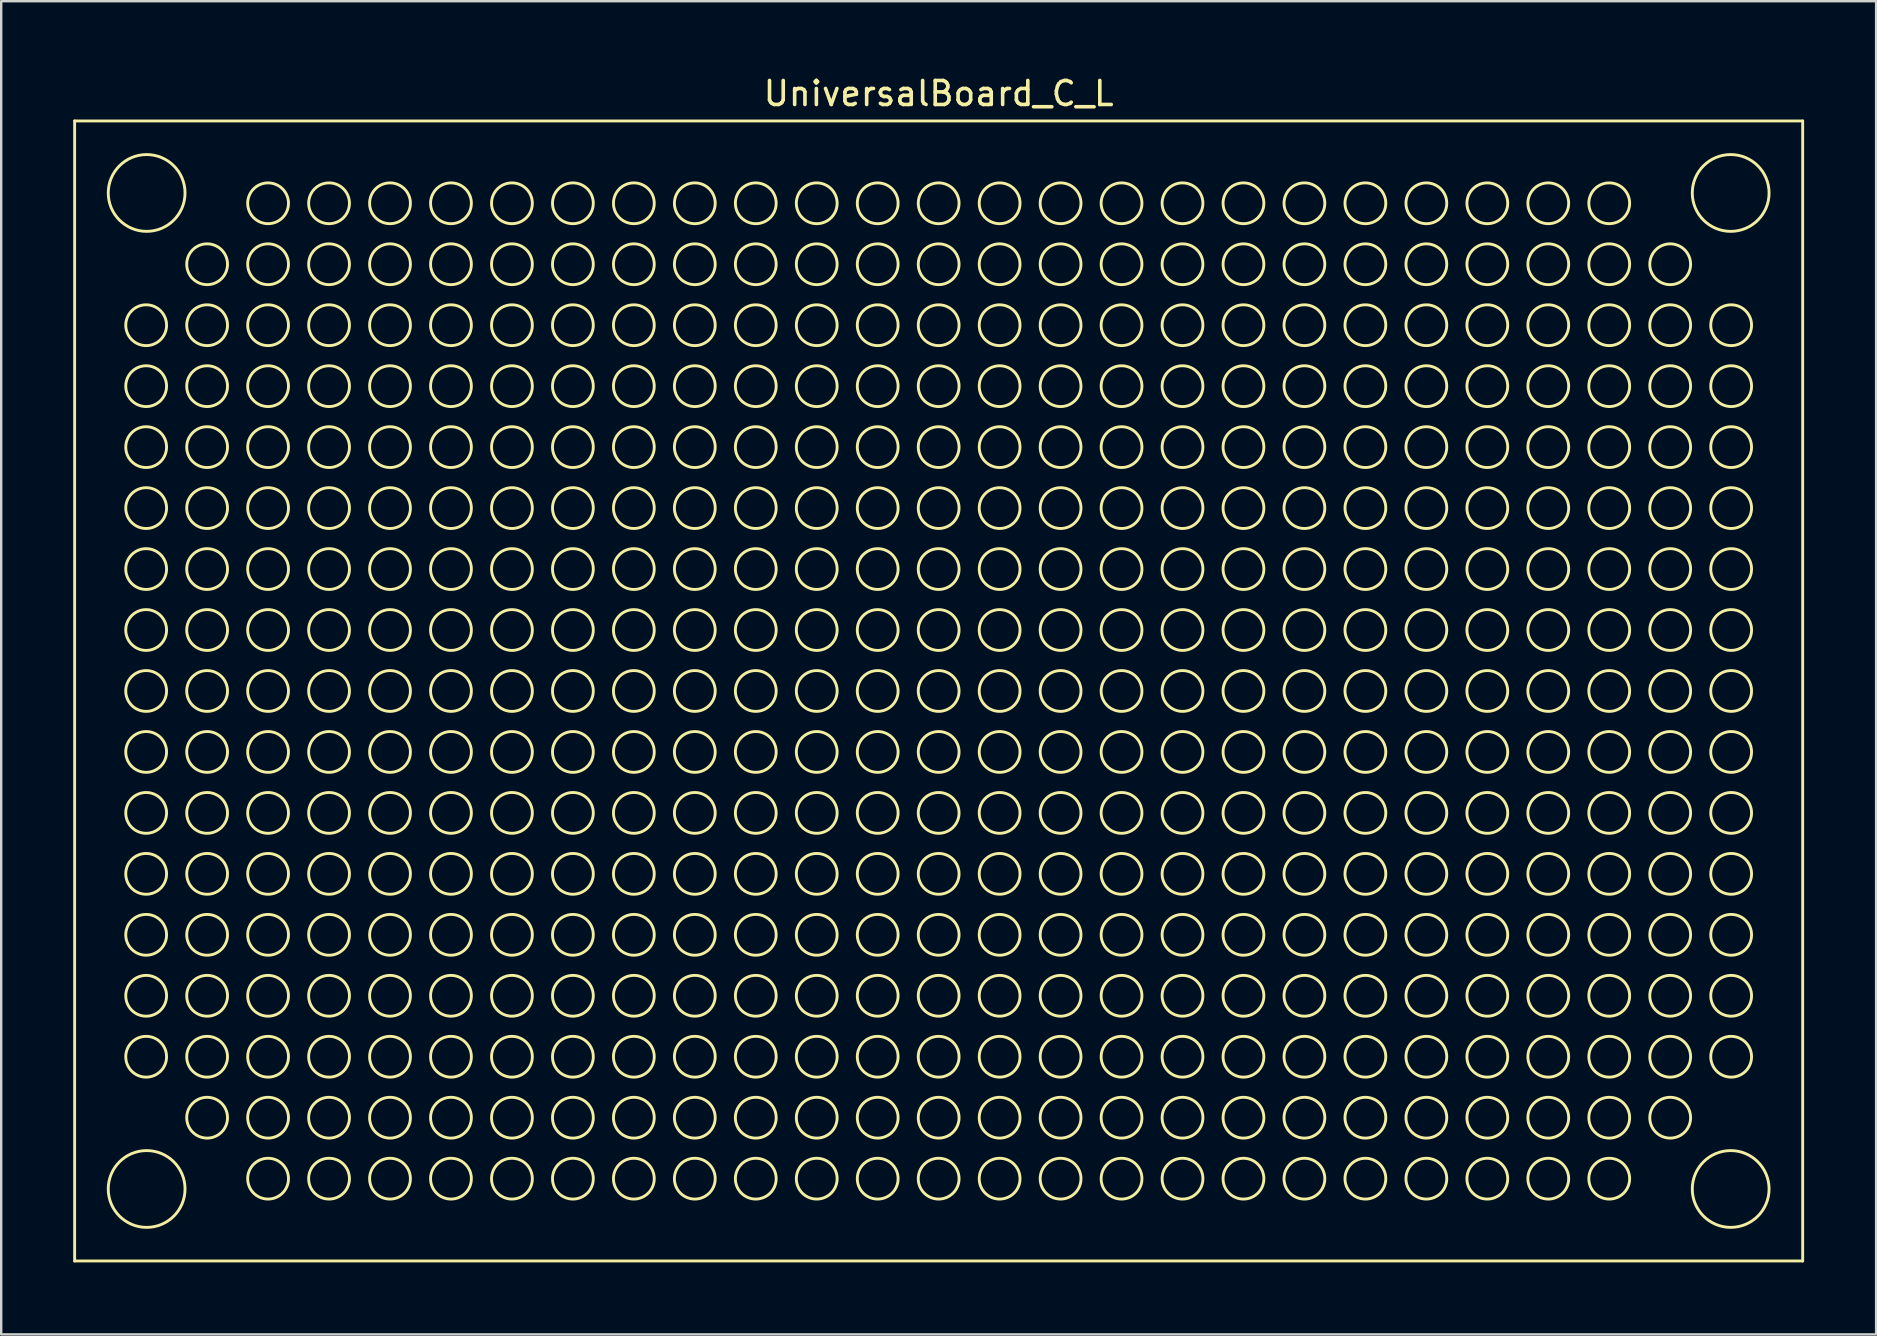
<source format=kicad_pcb>
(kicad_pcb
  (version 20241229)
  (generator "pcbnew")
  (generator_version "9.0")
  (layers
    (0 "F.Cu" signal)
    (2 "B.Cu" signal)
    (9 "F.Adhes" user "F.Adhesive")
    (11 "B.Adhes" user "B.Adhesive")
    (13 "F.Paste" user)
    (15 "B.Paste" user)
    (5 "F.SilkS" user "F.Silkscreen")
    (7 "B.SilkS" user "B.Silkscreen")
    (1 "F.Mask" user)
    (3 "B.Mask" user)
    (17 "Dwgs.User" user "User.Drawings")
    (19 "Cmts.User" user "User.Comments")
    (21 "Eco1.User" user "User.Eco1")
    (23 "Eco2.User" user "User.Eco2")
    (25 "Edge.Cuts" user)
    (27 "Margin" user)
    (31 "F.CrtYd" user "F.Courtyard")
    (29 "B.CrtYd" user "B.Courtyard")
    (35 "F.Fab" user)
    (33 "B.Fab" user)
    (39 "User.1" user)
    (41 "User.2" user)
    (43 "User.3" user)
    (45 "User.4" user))
  (footprint "UniversalBoard_C_L"
    (layer "F.Cu")
    (at 36.06 25.74)
    (property "Reference" "UniversalBoard_C_L" (at 0 -24.892 0) (layer "F.SilkS") (effects (font (size 1 1) (thickness 0.15))))
    (attr through_hole)
    (fp_line (start -36 -23.75) (end -36 23.75) (stroke (width 0.12) (type solid)) (layer "F.SilkS"))
    (fp_line (start -36 -23.75) (end 36 -23.75) (stroke (width 0.12) (type solid)) (layer "F.SilkS"))
    (fp_line (start -36 23.75) (end 36 23.75) (stroke (width 0.12) (type solid)) (layer "F.SilkS"))
    (fp_line (start 36 -23.75) (end 36 23.75) (stroke (width 0.12) (type solid)) (layer "F.SilkS"))
    (fp_circle (center -33.02 -15.24) (end -32.17 -15.24) (stroke (width 0.12) (type solid)) (fill no) (layer "F.SilkS"))
    (fp_circle (center -33.02 -12.7) (end -32.17 -12.7) (stroke (width 0.12) (type solid)) (fill no) (layer "F.SilkS"))
    (fp_circle (center -33.02 -10.16) (end -32.17 -10.16) (stroke (width 0.12) (type solid)) (fill no) (layer "F.SilkS"))
    (fp_circle (center -33.02 -7.62) (end -32.17 -7.62) (stroke (width 0.12) (type solid)) (fill no) (layer "F.SilkS"))
    (fp_circle (center -33.02 -5.08) (end -32.17 -5.08) (stroke (width 0.12) (type solid)) (fill no) (layer "F.SilkS"))
    (fp_circle (center -33.02 -2.54) (end -32.17 -2.54) (stroke (width 0.12) (type solid)) (fill no) (layer "F.SilkS"))
    (fp_circle (center -33.02 0) (end -32.17 0) (stroke (width 0.12) (type solid)) (fill no) (layer "F.SilkS"))
    (fp_circle (center -33.02 2.54) (end -32.17 2.54) (stroke (width 0.12) (type solid)) (fill no) (layer "F.SilkS"))
    (fp_circle (center -33.02 5.08) (end -32.17 5.08) (stroke (width 0.12) (type solid)) (fill no) (layer "F.SilkS"))
    (fp_circle (center -33.02 7.62) (end -32.17 7.62) (stroke (width 0.12) (type solid)) (fill no) (layer "F.SilkS"))
    (fp_circle (center -33.02 10.16) (end -32.17 10.16) (stroke (width 0.12) (type solid)) (fill no) (layer "F.SilkS"))
    (fp_circle (center -33.02 12.7) (end -32.17 12.7) (stroke (width 0.12) (type solid)) (fill no) (layer "F.SilkS"))
    (fp_circle (center -33.02 15.24) (end -32.17 15.24) (stroke (width 0.12) (type solid)) (fill no) (layer "F.SilkS"))
    (fp_circle (center -33 -20.75) (end -31.4 -20.75) (stroke (width 0.12) (type solid)) (fill no) (layer "F.SilkS"))
    (fp_circle (center -33 20.75) (end -31.4 20.75) (stroke (width 0.12) (type solid)) (fill no) (layer "F.SilkS"))
    (fp_circle (center -30.48 -17.78) (end -29.63 -17.78) (stroke (width 0.12) (type solid)) (fill no) (layer "F.SilkS"))
    (fp_circle (center -30.48 -15.24) (end -29.63 -15.24) (stroke (width 0.12) (type solid)) (fill no) (layer "F.SilkS"))
    (fp_circle (center -30.48 -12.7) (end -29.63 -12.7) (stroke (width 0.12) (type solid)) (fill no) (layer "F.SilkS"))
    (fp_circle (center -30.48 -10.16) (end -29.63 -10.16) (stroke (width 0.12) (type solid)) (fill no) (layer "F.SilkS"))
    (fp_circle (center -30.48 -7.62) (end -29.63 -7.62) (stroke (width 0.12) (type solid)) (fill no) (layer "F.SilkS"))
    (fp_circle (center -30.48 -5.08) (end -29.63 -5.08) (stroke (width 0.12) (type solid)) (fill no) (layer "F.SilkS"))
    (fp_circle (center -30.48 -2.54) (end -29.63 -2.54) (stroke (width 0.12) (type solid)) (fill no) (layer "F.SilkS"))
    (fp_circle (center -30.48 0) (end -29.63 0) (stroke (width 0.12) (type solid)) (fill no) (layer "F.SilkS"))
    (fp_circle (center -30.48 2.54) (end -29.63 2.54) (stroke (width 0.12) (type solid)) (fill no) (layer "F.SilkS"))
    (fp_circle (center -30.48 5.08) (end -29.63 5.08) (stroke (width 0.12) (type solid)) (fill no) (layer "F.SilkS"))
    (fp_circle (center -30.48 7.62) (end -29.63 7.62) (stroke (width 0.12) (type solid)) (fill no) (layer "F.SilkS"))
    (fp_circle (center -30.48 10.16) (end -29.63 10.16) (stroke (width 0.12) (type solid)) (fill no) (layer "F.SilkS"))
    (fp_circle (center -30.48 12.7) (end -29.63 12.7) (stroke (width 0.12) (type solid)) (fill no) (layer "F.SilkS"))
    (fp_circle (center -30.48 15.24) (end -29.63 15.24) (stroke (width 0.12) (type solid)) (fill no) (layer "F.SilkS"))
    (fp_circle (center -30.48 17.78) (end -29.63 17.78) (stroke (width 0.12) (type solid)) (fill no) (layer "F.SilkS"))
    (fp_circle (center -27.94 -20.32) (end -27.09 -20.32) (stroke (width 0.12) (type solid)) (fill no) (layer "F.SilkS"))
    (fp_circle (center -27.94 -17.78) (end -27.09 -17.78) (stroke (width 0.12) (type solid)) (fill no) (layer "F.SilkS"))
    (fp_circle (center -27.94 -15.24) (end -27.09 -15.24) (stroke (width 0.12) (type solid)) (fill no) (layer "F.SilkS"))
    (fp_circle (center -27.94 -12.7) (end -27.09 -12.7) (stroke (width 0.12) (type solid)) (fill no) (layer "F.SilkS"))
    (fp_circle (center -27.94 -10.16) (end -27.09 -10.16) (stroke (width 0.12) (type solid)) (fill no) (layer "F.SilkS"))
    (fp_circle (center -27.94 -7.62) (end -27.09 -7.62) (stroke (width 0.12) (type solid)) (fill no) (layer "F.SilkS"))
    (fp_circle (center -27.94 -5.08) (end -27.09 -5.08) (stroke (width 0.12) (type solid)) (fill no) (layer "F.SilkS"))
    (fp_circle (center -27.94 -2.54) (end -27.09 -2.54) (stroke (width 0.12) (type solid)) (fill no) (layer "F.SilkS"))
    (fp_circle (center -27.94 0) (end -27.09 0) (stroke (width 0.12) (type solid)) (fill no) (layer "F.SilkS"))
    (fp_circle (center -27.94 2.54) (end -27.09 2.54) (stroke (width 0.12) (type solid)) (fill no) (layer "F.SilkS"))
    (fp_circle (center -27.94 5.08) (end -27.09 5.08) (stroke (width 0.12) (type solid)) (fill no) (layer "F.SilkS"))
    (fp_circle (center -27.94 7.62) (end -27.09 7.62) (stroke (width 0.12) (type solid)) (fill no) (layer "F.SilkS"))
    (fp_circle (center -27.94 10.16) (end -27.09 10.16) (stroke (width 0.12) (type solid)) (fill no) (layer "F.SilkS"))
    (fp_circle (center -27.94 12.7) (end -27.09 12.7) (stroke (width 0.12) (type solid)) (fill no) (layer "F.SilkS"))
    (fp_circle (center -27.94 15.24) (end -27.09 15.24) (stroke (width 0.12) (type solid)) (fill no) (layer "F.SilkS"))
    (fp_circle (center -27.94 17.78) (end -27.09 17.78) (stroke (width 0.12) (type solid)) (fill no) (layer "F.SilkS"))
    (fp_circle (center -27.94 20.32) (end -27.09 20.32) (stroke (width 0.12) (type solid)) (fill no) (layer "F.SilkS"))
    (fp_circle (center -25.4 -20.32) (end -24.55 -20.32) (stroke (width 0.12) (type solid)) (fill no) (layer "F.SilkS"))
    (fp_circle (center -25.4 -17.78) (end -24.55 -17.78) (stroke (width 0.12) (type solid)) (fill no) (layer "F.SilkS"))
    (fp_circle (center -25.4 -15.24) (end -24.55 -15.24) (stroke (width 0.12) (type solid)) (fill no) (layer "F.SilkS"))
    (fp_circle (center -25.4 -12.7) (end -24.55 -12.7) (stroke (width 0.12) (type solid)) (fill no) (layer "F.SilkS"))
    (fp_circle (center -25.4 -10.16) (end -24.55 -10.16) (stroke (width 0.12) (type solid)) (fill no) (layer "F.SilkS"))
    (fp_circle (center -25.4 -7.62) (end -24.55 -7.62) (stroke (width 0.12) (type solid)) (fill no) (layer "F.SilkS"))
    (fp_circle (center -25.4 -5.08) (end -24.55 -5.08) (stroke (width 0.12) (type solid)) (fill no) (layer "F.SilkS"))
    (fp_circle (center -25.4 -2.54) (end -24.55 -2.54) (stroke (width 0.12) (type solid)) (fill no) (layer "F.SilkS"))
    (fp_circle (center -25.4 0) (end -24.55 0) (stroke (width 0.12) (type solid)) (fill no) (layer "F.SilkS"))
    (fp_circle (center -25.4 2.54) (end -24.55 2.54) (stroke (width 0.12) (type solid)) (fill no) (layer "F.SilkS"))
    (fp_circle (center -25.4 5.08) (end -24.55 5.08) (stroke (width 0.12) (type solid)) (fill no) (layer "F.SilkS"))
    (fp_circle (center -25.4 7.62) (end -24.55 7.62) (stroke (width 0.12) (type solid)) (fill no) (layer "F.SilkS"))
    (fp_circle (center -25.4 10.16) (end -24.55 10.16) (stroke (width 0.12) (type solid)) (fill no) (layer "F.SilkS"))
    (fp_circle (center -25.4 12.7) (end -24.55 12.7) (stroke (width 0.12) (type solid)) (fill no) (layer "F.SilkS"))
    (fp_circle (center -25.4 15.24) (end -24.55 15.24) (stroke (width 0.12) (type solid)) (fill no) (layer "F.SilkS"))
    (fp_circle (center -25.4 17.78) (end -24.55 17.78) (stroke (width 0.12) (type solid)) (fill no) (layer "F.SilkS"))
    (fp_circle (center -25.4 20.32) (end -24.55 20.32) (stroke (width 0.12) (type solid)) (fill no) (layer "F.SilkS"))
    (fp_circle (center -22.86 -20.32) (end -22.01 -20.32) (stroke (width 0.12) (type solid)) (fill no) (layer "F.SilkS"))
    (fp_circle (center -22.86 -17.78) (end -22.01 -17.78) (stroke (width 0.12) (type solid)) (fill no) (layer "F.SilkS"))
    (fp_circle (center -22.86 -15.24) (end -22.01 -15.24) (stroke (width 0.12) (type solid)) (fill no) (layer "F.SilkS"))
    (fp_circle (center -22.86 -12.7) (end -22.01 -12.7) (stroke (width 0.12) (type solid)) (fill no) (layer "F.SilkS"))
    (fp_circle (center -22.86 -10.16) (end -22.01 -10.16) (stroke (width 0.12) (type solid)) (fill no) (layer "F.SilkS"))
    (fp_circle (center -22.86 -7.62) (end -22.01 -7.62) (stroke (width 0.12) (type solid)) (fill no) (layer "F.SilkS"))
    (fp_circle (center -22.86 -5.08) (end -22.01 -5.08) (stroke (width 0.12) (type solid)) (fill no) (layer "F.SilkS"))
    (fp_circle (center -22.86 -2.54) (end -22.01 -2.54) (stroke (width 0.12) (type solid)) (fill no) (layer "F.SilkS"))
    (fp_circle (center -22.86 0) (end -22.01 0) (stroke (width 0.12) (type solid)) (fill no) (layer "F.SilkS"))
    (fp_circle (center -22.86 2.54) (end -22.01 2.54) (stroke (width 0.12) (type solid)) (fill no) (layer "F.SilkS"))
    (fp_circle (center -22.86 5.08) (end -22.01 5.08) (stroke (width 0.12) (type solid)) (fill no) (layer "F.SilkS"))
    (fp_circle (center -22.86 7.62) (end -22.01 7.62) (stroke (width 0.12) (type solid)) (fill no) (layer "F.SilkS"))
    (fp_circle (center -22.86 10.16) (end -22.01 10.16) (stroke (width 0.12) (type solid)) (fill no) (layer "F.SilkS"))
    (fp_circle (center -22.86 12.7) (end -22.01 12.7) (stroke (width 0.12) (type solid)) (fill no) (layer "F.SilkS"))
    (fp_circle (center -22.86 15.24) (end -22.01 15.24) (stroke (width 0.12) (type solid)) (fill no) (layer "F.SilkS"))
    (fp_circle (center -22.86 17.78) (end -22.01 17.78) (stroke (width 0.12) (type solid)) (fill no) (layer "F.SilkS"))
    (fp_circle (center -22.86 20.32) (end -22.01 20.32) (stroke (width 0.12) (type solid)) (fill no) (layer "F.SilkS"))
    (fp_circle (center -20.32 -20.32) (end -19.47 -20.32) (stroke (width 0.12) (type solid)) (fill no) (layer "F.SilkS"))
    (fp_circle (center -20.32 -17.78) (end -19.47 -17.78) (stroke (width 0.12) (type solid)) (fill no) (layer "F.SilkS"))
    (fp_circle (center -20.32 -15.24) (end -19.47 -15.24) (stroke (width 0.12) (type solid)) (fill no) (layer "F.SilkS"))
    (fp_circle (center -20.32 -12.7) (end -19.47 -12.7) (stroke (width 0.12) (type solid)) (fill no) (layer "F.SilkS"))
    (fp_circle (center -20.32 -10.16) (end -19.47 -10.16) (stroke (width 0.12) (type solid)) (fill no) (layer "F.SilkS"))
    (fp_circle (center -20.32 -7.62) (end -19.47 -7.62) (stroke (width 0.12) (type solid)) (fill no) (layer "F.SilkS"))
    (fp_circle (center -20.32 -5.08) (end -19.47 -5.08) (stroke (width 0.12) (type solid)) (fill no) (layer "F.SilkS"))
    (fp_circle (center -20.32 -2.54) (end -19.47 -2.54) (stroke (width 0.12) (type solid)) (fill no) (layer "F.SilkS"))
    (fp_circle (center -20.32 0) (end -19.47 0) (stroke (width 0.12) (type solid)) (fill no) (layer "F.SilkS"))
    (fp_circle (center -20.32 2.54) (end -19.47 2.54) (stroke (width 0.12) (type solid)) (fill no) (layer "F.SilkS"))
    (fp_circle (center -20.32 5.08) (end -19.47 5.08) (stroke (width 0.12) (type solid)) (fill no) (layer "F.SilkS"))
    (fp_circle (center -20.32 7.62) (end -19.47 7.62) (stroke (width 0.12) (type solid)) (fill no) (layer "F.SilkS"))
    (fp_circle (center -20.32 10.16) (end -19.47 10.16) (stroke (width 0.12) (type solid)) (fill no) (layer "F.SilkS"))
    (fp_circle (center -20.32 12.7) (end -19.47 12.7) (stroke (width 0.12) (type solid)) (fill no) (layer "F.SilkS"))
    (fp_circle (center -20.32 15.24) (end -19.47 15.24) (stroke (width 0.12) (type solid)) (fill no) (layer "F.SilkS"))
    (fp_circle (center -20.32 17.78) (end -19.47 17.78) (stroke (width 0.12) (type solid)) (fill no) (layer "F.SilkS"))
    (fp_circle (center -20.32 20.32) (end -19.47 20.32) (stroke (width 0.12) (type solid)) (fill no) (layer "F.SilkS"))
    (fp_circle (center -17.78 -20.32) (end -16.93 -20.32) (stroke (width 0.12) (type solid)) (fill no) (layer "F.SilkS"))
    (fp_circle (center -17.78 -17.78) (end -16.93 -17.78) (stroke (width 0.12) (type solid)) (fill no) (layer "F.SilkS"))
    (fp_circle (center -17.78 -15.24) (end -16.93 -15.24) (stroke (width 0.12) (type solid)) (fill no) (layer "F.SilkS"))
    (fp_circle (center -17.78 -12.7) (end -16.93 -12.7) (stroke (width 0.12) (type solid)) (fill no) (layer "F.SilkS"))
    (fp_circle (center -17.78 -10.16) (end -16.93 -10.16) (stroke (width 0.12) (type solid)) (fill no) (layer "F.SilkS"))
    (fp_circle (center -17.78 -7.62) (end -16.93 -7.62) (stroke (width 0.12) (type solid)) (fill no) (layer "F.SilkS"))
    (fp_circle (center -17.78 -5.08) (end -16.93 -5.08) (stroke (width 0.12) (type solid)) (fill no) (layer "F.SilkS"))
    (fp_circle (center -17.78 -2.54) (end -16.93 -2.54) (stroke (width 0.12) (type solid)) (fill no) (layer "F.SilkS"))
    (fp_circle (center -17.78 0) (end -16.93 0) (stroke (width 0.12) (type solid)) (fill no) (layer "F.SilkS"))
    (fp_circle (center -17.78 2.54) (end -16.93 2.54) (stroke (width 0.12) (type solid)) (fill no) (layer "F.SilkS"))
    (fp_circle (center -17.78 5.08) (end -16.93 5.08) (stroke (width 0.12) (type solid)) (fill no) (layer "F.SilkS"))
    (fp_circle (center -17.78 7.62) (end -16.93 7.62) (stroke (width 0.12) (type solid)) (fill no) (layer "F.SilkS"))
    (fp_circle (center -17.78 10.16) (end -16.93 10.16) (stroke (width 0.12) (type solid)) (fill no) (layer "F.SilkS"))
    (fp_circle (center -17.78 12.7) (end -16.93 12.7) (stroke (width 0.12) (type solid)) (fill no) (layer "F.SilkS"))
    (fp_circle (center -17.78 15.24) (end -16.93 15.24) (stroke (width 0.12) (type solid)) (fill no) (layer "F.SilkS"))
    (fp_circle (center -17.78 17.78) (end -16.93 17.78) (stroke (width 0.12) (type solid)) (fill no) (layer "F.SilkS"))
    (fp_circle (center -17.78 20.32) (end -16.93 20.32) (stroke (width 0.12) (type solid)) (fill no) (layer "F.SilkS"))
    (fp_circle (center -15.24 -20.32) (end -14.39 -20.32) (stroke (width 0.12) (type solid)) (fill no) (layer "F.SilkS"))
    (fp_circle (center -15.24 -17.78) (end -14.39 -17.78) (stroke (width 0.12) (type solid)) (fill no) (layer "F.SilkS"))
    (fp_circle (center -15.24 -15.24) (end -14.39 -15.24) (stroke (width 0.12) (type solid)) (fill no) (layer "F.SilkS"))
    (fp_circle (center -15.24 -12.7) (end -14.39 -12.7) (stroke (width 0.12) (type solid)) (fill no) (layer "F.SilkS"))
    (fp_circle (center -15.24 -10.16) (end -14.39 -10.16) (stroke (width 0.12) (type solid)) (fill no) (layer "F.SilkS"))
    (fp_circle (center -15.24 -7.62) (end -14.39 -7.62) (stroke (width 0.12) (type solid)) (fill no) (layer "F.SilkS"))
    (fp_circle (center -15.24 -5.08) (end -14.39 -5.08) (stroke (width 0.12) (type solid)) (fill no) (layer "F.SilkS"))
    (fp_circle (center -15.24 -2.54) (end -14.39 -2.54) (stroke (width 0.12) (type solid)) (fill no) (layer "F.SilkS"))
    (fp_circle (center -15.24 0) (end -14.39 0) (stroke (width 0.12) (type solid)) (fill no) (layer "F.SilkS"))
    (fp_circle (center -15.24 2.54) (end -14.39 2.54) (stroke (width 0.12) (type solid)) (fill no) (layer "F.SilkS"))
    (fp_circle (center -15.24 5.08) (end -14.39 5.08) (stroke (width 0.12) (type solid)) (fill no) (layer "F.SilkS"))
    (fp_circle (center -15.24 7.62) (end -14.39 7.62) (stroke (width 0.12) (type solid)) (fill no) (layer "F.SilkS"))
    (fp_circle (center -15.24 10.16) (end -14.39 10.16) (stroke (width 0.12) (type solid)) (fill no) (layer "F.SilkS"))
    (fp_circle (center -15.24 12.7) (end -14.39 12.7) (stroke (width 0.12) (type solid)) (fill no) (layer "F.SilkS"))
    (fp_circle (center -15.24 15.24) (end -14.39 15.24) (stroke (width 0.12) (type solid)) (fill no) (layer "F.SilkS"))
    (fp_circle (center -15.24 17.78) (end -14.39 17.78) (stroke (width 0.12) (type solid)) (fill no) (layer "F.SilkS"))
    (fp_circle (center -15.24 20.32) (end -14.39 20.32) (stroke (width 0.12) (type solid)) (fill no) (layer "F.SilkS"))
    (fp_circle (center -12.7 -20.32) (end -11.85 -20.32) (stroke (width 0.12) (type solid)) (fill no) (layer "F.SilkS"))
    (fp_circle (center -12.7 -17.78) (end -11.85 -17.78) (stroke (width 0.12) (type solid)) (fill no) (layer "F.SilkS"))
    (fp_circle (center -12.7 -15.24) (end -11.85 -15.24) (stroke (width 0.12) (type solid)) (fill no) (layer "F.SilkS"))
    (fp_circle (center -12.7 -12.7) (end -11.85 -12.7) (stroke (width 0.12) (type solid)) (fill no) (layer "F.SilkS"))
    (fp_circle (center -12.7 -10.16) (end -11.85 -10.16) (stroke (width 0.12) (type solid)) (fill no) (layer "F.SilkS"))
    (fp_circle (center -12.7 -7.62) (end -11.85 -7.62) (stroke (width 0.12) (type solid)) (fill no) (layer "F.SilkS"))
    (fp_circle (center -12.7 -5.08) (end -11.85 -5.08) (stroke (width 0.12) (type solid)) (fill no) (layer "F.SilkS"))
    (fp_circle (center -12.7 -2.54) (end -11.85 -2.54) (stroke (width 0.12) (type solid)) (fill no) (layer "F.SilkS"))
    (fp_circle (center -12.7 0) (end -11.85 0) (stroke (width 0.12) (type solid)) (fill no) (layer "F.SilkS"))
    (fp_circle (center -12.7 2.54) (end -11.85 2.54) (stroke (width 0.12) (type solid)) (fill no) (layer "F.SilkS"))
    (fp_circle (center -12.7 5.08) (end -11.85 5.08) (stroke (width 0.12) (type solid)) (fill no) (layer "F.SilkS"))
    (fp_circle (center -12.7 7.62) (end -11.85 7.62) (stroke (width 0.12) (type solid)) (fill no) (layer "F.SilkS"))
    (fp_circle (center -12.7 10.16) (end -11.85 10.16) (stroke (width 0.12) (type solid)) (fill no) (layer "F.SilkS"))
    (fp_circle (center -12.7 12.7) (end -11.85 12.7) (stroke (width 0.12) (type solid)) (fill no) (layer "F.SilkS"))
    (fp_circle (center -12.7 15.24) (end -11.85 15.24) (stroke (width 0.12) (type solid)) (fill no) (layer "F.SilkS"))
    (fp_circle (center -12.7 17.78) (end -11.85 17.78) (stroke (width 0.12) (type solid)) (fill no) (layer "F.SilkS"))
    (fp_circle (center -12.7 20.32) (end -11.85 20.32) (stroke (width 0.12) (type solid)) (fill no) (layer "F.SilkS"))
    (fp_circle (center -10.16 -20.32) (end -9.31 -20.32) (stroke (width 0.12) (type solid)) (fill no) (layer "F.SilkS"))
    (fp_circle (center -10.16 -17.78) (end -9.31 -17.78) (stroke (width 0.12) (type solid)) (fill no) (layer "F.SilkS"))
    (fp_circle (center -10.16 -15.24) (end -9.31 -15.24) (stroke (width 0.12) (type solid)) (fill no) (layer "F.SilkS"))
    (fp_circle (center -10.16 -12.7) (end -9.31 -12.7) (stroke (width 0.12) (type solid)) (fill no) (layer "F.SilkS"))
    (fp_circle (center -10.16 -10.16) (end -9.31 -10.16) (stroke (width 0.12) (type solid)) (fill no) (layer "F.SilkS"))
    (fp_circle (center -10.16 -7.62) (end -9.31 -7.62) (stroke (width 0.12) (type solid)) (fill no) (layer "F.SilkS"))
    (fp_circle (center -10.16 -5.08) (end -9.31 -5.08) (stroke (width 0.12) (type solid)) (fill no) (layer "F.SilkS"))
    (fp_circle (center -10.16 -2.54) (end -9.31 -2.54) (stroke (width 0.12) (type solid)) (fill no) (layer "F.SilkS"))
    (fp_circle (center -10.16 0) (end -9.31 0) (stroke (width 0.12) (type solid)) (fill no) (layer "F.SilkS"))
    (fp_circle (center -10.16 2.54) (end -9.31 2.54) (stroke (width 0.12) (type solid)) (fill no) (layer "F.SilkS"))
    (fp_circle (center -10.16 5.08) (end -9.31 5.08) (stroke (width 0.12) (type solid)) (fill no) (layer "F.SilkS"))
    (fp_circle (center -10.16 7.62) (end -9.31 7.62) (stroke (width 0.12) (type solid)) (fill no) (layer "F.SilkS"))
    (fp_circle (center -10.16 10.16) (end -9.31 10.16) (stroke (width 0.12) (type solid)) (fill no) (layer "F.SilkS"))
    (fp_circle (center -10.16 12.7) (end -9.31 12.7) (stroke (width 0.12) (type solid)) (fill no) (layer "F.SilkS"))
    (fp_circle (center -10.16 15.24) (end -9.31 15.24) (stroke (width 0.12) (type solid)) (fill no) (layer "F.SilkS"))
    (fp_circle (center -10.16 17.78) (end -9.31 17.78) (stroke (width 0.12) (type solid)) (fill no) (layer "F.SilkS"))
    (fp_circle (center -10.16 20.32) (end -9.31 20.32) (stroke (width 0.12) (type solid)) (fill no) (layer "F.SilkS"))
    (fp_circle (center -7.62 -20.32) (end -6.77 -20.32) (stroke (width 0.12) (type solid)) (fill no) (layer "F.SilkS"))
    (fp_circle (center -7.62 -17.78) (end -6.77 -17.78) (stroke (width 0.12) (type solid)) (fill no) (layer "F.SilkS"))
    (fp_circle (center -7.62 -15.24) (end -6.77 -15.24) (stroke (width 0.12) (type solid)) (fill no) (layer "F.SilkS"))
    (fp_circle (center -7.62 -12.7) (end -6.77 -12.7) (stroke (width 0.12) (type solid)) (fill no) (layer "F.SilkS"))
    (fp_circle (center -7.62 -10.16) (end -6.77 -10.16) (stroke (width 0.12) (type solid)) (fill no) (layer "F.SilkS"))
    (fp_circle (center -7.62 -7.62) (end -6.77 -7.62) (stroke (width 0.12) (type solid)) (fill no) (layer "F.SilkS"))
    (fp_circle (center -7.62 -5.08) (end -6.77 -5.08) (stroke (width 0.12) (type solid)) (fill no) (layer "F.SilkS"))
    (fp_circle (center -7.62 -2.54) (end -6.77 -2.54) (stroke (width 0.12) (type solid)) (fill no) (layer "F.SilkS"))
    (fp_circle (center -7.62 0) (end -6.77 0) (stroke (width 0.12) (type solid)) (fill no) (layer "F.SilkS"))
    (fp_circle (center -7.62 2.54) (end -6.77 2.54) (stroke (width 0.12) (type solid)) (fill no) (layer "F.SilkS"))
    (fp_circle (center -7.62 5.08) (end -6.77 5.08) (stroke (width 0.12) (type solid)) (fill no) (layer "F.SilkS"))
    (fp_circle (center -7.62 7.62) (end -6.77 7.62) (stroke (width 0.12) (type solid)) (fill no) (layer "F.SilkS"))
    (fp_circle (center -7.62 10.16) (end -6.77 10.16) (stroke (width 0.12) (type solid)) (fill no) (layer "F.SilkS"))
    (fp_circle (center -7.62 12.7) (end -6.77 12.7) (stroke (width 0.12) (type solid)) (fill no) (layer "F.SilkS"))
    (fp_circle (center -7.62 15.24) (end -6.77 15.24) (stroke (width 0.12) (type solid)) (fill no) (layer "F.SilkS"))
    (fp_circle (center -7.62 17.78) (end -6.77 17.78) (stroke (width 0.12) (type solid)) (fill no) (layer "F.SilkS"))
    (fp_circle (center -7.62 20.32) (end -6.77 20.32) (stroke (width 0.12) (type solid)) (fill no) (layer "F.SilkS"))
    (fp_circle (center -5.08 -20.32) (end -4.23 -20.32) (stroke (width 0.12) (type solid)) (fill no) (layer "F.SilkS"))
    (fp_circle (center -5.08 -17.78) (end -4.23 -17.78) (stroke (width 0.12) (type solid)) (fill no) (layer "F.SilkS"))
    (fp_circle (center -5.08 -15.24) (end -4.23 -15.24) (stroke (width 0.12) (type solid)) (fill no) (layer "F.SilkS"))
    (fp_circle (center -5.08 -12.7) (end -4.23 -12.7) (stroke (width 0.12) (type solid)) (fill no) (layer "F.SilkS"))
    (fp_circle (center -5.08 -10.16) (end -4.23 -10.16) (stroke (width 0.12) (type solid)) (fill no) (layer "F.SilkS"))
    (fp_circle (center -5.08 -7.62) (end -4.23 -7.62) (stroke (width 0.12) (type solid)) (fill no) (layer "F.SilkS"))
    (fp_circle (center -5.08 -5.08) (end -4.23 -5.08) (stroke (width 0.12) (type solid)) (fill no) (layer "F.SilkS"))
    (fp_circle (center -5.08 -2.54) (end -4.23 -2.54) (stroke (width 0.12) (type solid)) (fill no) (layer "F.SilkS"))
    (fp_circle (center -5.08 0) (end -4.23 0) (stroke (width 0.12) (type solid)) (fill no) (layer "F.SilkS"))
    (fp_circle (center -5.08 2.54) (end -4.23 2.54) (stroke (width 0.12) (type solid)) (fill no) (layer "F.SilkS"))
    (fp_circle (center -5.08 5.08) (end -4.23 5.08) (stroke (width 0.12) (type solid)) (fill no) (layer "F.SilkS"))
    (fp_circle (center -5.08 7.62) (end -4.23 7.62) (stroke (width 0.12) (type solid)) (fill no) (layer "F.SilkS"))
    (fp_circle (center -5.08 10.16) (end -4.23 10.16) (stroke (width 0.12) (type solid)) (fill no) (layer "F.SilkS"))
    (fp_circle (center -5.08 12.7) (end -4.23 12.7) (stroke (width 0.12) (type solid)) (fill no) (layer "F.SilkS"))
    (fp_circle (center -5.08 15.24) (end -4.23 15.24) (stroke (width 0.12) (type solid)) (fill no) (layer "F.SilkS"))
    (fp_circle (center -5.08 17.78) (end -4.23 17.78) (stroke (width 0.12) (type solid)) (fill no) (layer "F.SilkS"))
    (fp_circle (center -5.08 20.32) (end -4.23 20.32) (stroke (width 0.12) (type solid)) (fill no) (layer "F.SilkS"))
    (fp_circle (center -2.54 -20.32) (end -1.69 -20.32) (stroke (width 0.12) (type solid)) (fill no) (layer "F.SilkS"))
    (fp_circle (center -2.54 -17.78) (end -1.69 -17.78) (stroke (width 0.12) (type solid)) (fill no) (layer "F.SilkS"))
    (fp_circle (center -2.54 -15.24) (end -1.69 -15.24) (stroke (width 0.12) (type solid)) (fill no) (layer "F.SilkS"))
    (fp_circle (center -2.54 -12.7) (end -1.69 -12.7) (stroke (width 0.12) (type solid)) (fill no) (layer "F.SilkS"))
    (fp_circle (center -2.54 -10.16) (end -1.69 -10.16) (stroke (width 0.12) (type solid)) (fill no) (layer "F.SilkS"))
    (fp_circle (center -2.54 -7.62) (end -1.69 -7.62) (stroke (width 0.12) (type solid)) (fill no) (layer "F.SilkS"))
    (fp_circle (center -2.54 -5.08) (end -1.69 -5.08) (stroke (width 0.12) (type solid)) (fill no) (layer "F.SilkS"))
    (fp_circle (center -2.54 -2.54) (end -1.69 -2.54) (stroke (width 0.12) (type solid)) (fill no) (layer "F.SilkS"))
    (fp_circle (center -2.54 0) (end -1.69 0) (stroke (width 0.12) (type solid)) (fill no) (layer "F.SilkS"))
    (fp_circle (center -2.54 2.54) (end -1.69 2.54) (stroke (width 0.12) (type solid)) (fill no) (layer "F.SilkS"))
    (fp_circle (center -2.54 5.08) (end -1.69 5.08) (stroke (width 0.12) (type solid)) (fill no) (layer "F.SilkS"))
    (fp_circle (center -2.54 7.62) (end -1.69 7.62) (stroke (width 0.12) (type solid)) (fill no) (layer "F.SilkS"))
    (fp_circle (center -2.54 10.16) (end -1.69 10.16) (stroke (width 0.12) (type solid)) (fill no) (layer "F.SilkS"))
    (fp_circle (center -2.54 12.7) (end -1.69 12.7) (stroke (width 0.12) (type solid)) (fill no) (layer "F.SilkS"))
    (fp_circle (center -2.54 15.24) (end -1.69 15.24) (stroke (width 0.12) (type solid)) (fill no) (layer "F.SilkS"))
    (fp_circle (center -2.54 17.78) (end -1.69 17.78) (stroke (width 0.12) (type solid)) (fill no) (layer "F.SilkS"))
    (fp_circle (center -2.54 20.32) (end -1.69 20.32) (stroke (width 0.12) (type solid)) (fill no) (layer "F.SilkS"))
    (fp_circle (center 0 -20.32) (end 0.85 -20.32) (stroke (width 0.12) (type solid)) (fill no) (layer "F.SilkS"))
    (fp_circle (center 0 -17.78) (end 0.85 -17.78) (stroke (width 0.12) (type solid)) (fill no) (layer "F.SilkS"))
    (fp_circle (center 0 -15.24) (end 0.85 -15.24) (stroke (width 0.12) (type solid)) (fill no) (layer "F.SilkS"))
    (fp_circle (center 0 -12.7) (end 0.85 -12.7) (stroke (width 0.12) (type solid)) (fill no) (layer "F.SilkS"))
    (fp_circle (center 0 -10.16) (end 0.85 -10.16) (stroke (width 0.12) (type solid)) (fill no) (layer "F.SilkS"))
    (fp_circle (center 0 -7.62) (end 0.85 -7.62) (stroke (width 0.12) (type solid)) (fill no) (layer "F.SilkS"))
    (fp_circle (center 0 -5.08) (end 0.85 -5.08) (stroke (width 0.12) (type solid)) (fill no) (layer "F.SilkS"))
    (fp_circle (center 0 -2.54) (end 0.85 -2.54) (stroke (width 0.12) (type solid)) (fill no) (layer "F.SilkS"))
    (fp_circle (center 0 0) (end 0.85 0) (stroke (width 0.12) (type solid)) (fill no) (layer "F.SilkS"))
    (fp_circle (center 0 2.54) (end 0.85 2.54) (stroke (width 0.12) (type solid)) (fill no) (layer "F.SilkS"))
    (fp_circle (center 0 5.08) (end 0.85 5.08) (stroke (width 0.12) (type solid)) (fill no) (layer "F.SilkS"))
    (fp_circle (center 0 7.62) (end 0.85 7.62) (stroke (width 0.12) (type solid)) (fill no) (layer "F.SilkS"))
    (fp_circle (center 0 10.16) (end 0.85 10.16) (stroke (width 0.12) (type solid)) (fill no) (layer "F.SilkS"))
    (fp_circle (center 0 12.7) (end 0.85 12.7) (stroke (width 0.12) (type solid)) (fill no) (layer "F.SilkS"))
    (fp_circle (center 0 15.24) (end 0.85 15.24) (stroke (width 0.12) (type solid)) (fill no) (layer "F.SilkS"))
    (fp_circle (center 0 17.78) (end 0.85 17.78) (stroke (width 0.12) (type solid)) (fill no) (layer "F.SilkS"))
    (fp_circle (center 0 20.32) (end 0.85 20.32) (stroke (width 0.12) (type solid)) (fill no) (layer "F.SilkS"))
    (fp_circle (center 2.54 -20.32) (end 3.39 -20.32) (stroke (width 0.12) (type solid)) (fill no) (layer "F.SilkS"))
    (fp_circle (center 2.54 -17.78) (end 3.39 -17.78) (stroke (width 0.12) (type solid)) (fill no) (layer "F.SilkS"))
    (fp_circle (center 2.54 -15.24) (end 3.39 -15.24) (stroke (width 0.12) (type solid)) (fill no) (layer "F.SilkS"))
    (fp_circle (center 2.54 -12.7) (end 3.39 -12.7) (stroke (width 0.12) (type solid)) (fill no) (layer "F.SilkS"))
    (fp_circle (center 2.54 -10.16) (end 3.39 -10.16) (stroke (width 0.12) (type solid)) (fill no) (layer "F.SilkS"))
    (fp_circle (center 2.54 -7.62) (end 3.39 -7.62) (stroke (width 0.12) (type solid)) (fill no) (layer "F.SilkS"))
    (fp_circle (center 2.54 -5.08) (end 3.39 -5.08) (stroke (width 0.12) (type solid)) (fill no) (layer "F.SilkS"))
    (fp_circle (center 2.54 -2.54) (end 3.39 -2.54) (stroke (width 0.12) (type solid)) (fill no) (layer "F.SilkS"))
    (fp_circle (center 2.54 0) (end 3.39 0) (stroke (width 0.12) (type solid)) (fill no) (layer "F.SilkS"))
    (fp_circle (center 2.54 2.54) (end 3.39 2.54) (stroke (width 0.12) (type solid)) (fill no) (layer "F.SilkS"))
    (fp_circle (center 2.54 5.08) (end 3.39 5.08) (stroke (width 0.12) (type solid)) (fill no) (layer "F.SilkS"))
    (fp_circle (center 2.54 7.62) (end 3.39 7.62) (stroke (width 0.12) (type solid)) (fill no) (layer "F.SilkS"))
    (fp_circle (center 2.54 10.16) (end 3.39 10.16) (stroke (width 0.12) (type solid)) (fill no) (layer "F.SilkS"))
    (fp_circle (center 2.54 12.7) (end 3.39 12.7) (stroke (width 0.12) (type solid)) (fill no) (layer "F.SilkS"))
    (fp_circle (center 2.54 15.24) (end 3.39 15.24) (stroke (width 0.12) (type solid)) (fill no) (layer "F.SilkS"))
    (fp_circle (center 2.54 17.78) (end 3.39 17.78) (stroke (width 0.12) (type solid)) (fill no) (layer "F.SilkS"))
    (fp_circle (center 2.54 20.32) (end 3.39 20.32) (stroke (width 0.12) (type solid)) (fill no) (layer "F.SilkS"))
    (fp_circle (center 5.08 -20.32) (end 5.93 -20.32) (stroke (width 0.12) (type solid)) (fill no) (layer "F.SilkS"))
    (fp_circle (center 5.08 -17.78) (end 5.93 -17.78) (stroke (width 0.12) (type solid)) (fill no) (layer "F.SilkS"))
    (fp_circle (center 5.08 -15.24) (end 5.93 -15.24) (stroke (width 0.12) (type solid)) (fill no) (layer "F.SilkS"))
    (fp_circle (center 5.08 -12.7) (end 5.93 -12.7) (stroke (width 0.12) (type solid)) (fill no) (layer "F.SilkS"))
    (fp_circle (center 5.08 -10.16) (end 5.93 -10.16) (stroke (width 0.12) (type solid)) (fill no) (layer "F.SilkS"))
    (fp_circle (center 5.08 -7.62) (end 5.93 -7.62) (stroke (width 0.12) (type solid)) (fill no) (layer "F.SilkS"))
    (fp_circle (center 5.08 -5.08) (end 5.93 -5.08) (stroke (width 0.12) (type solid)) (fill no) (layer "F.SilkS"))
    (fp_circle (center 5.08 -2.54) (end 5.93 -2.54) (stroke (width 0.12) (type solid)) (fill no) (layer "F.SilkS"))
    (fp_circle (center 5.08 0) (end 5.93 0) (stroke (width 0.12) (type solid)) (fill no) (layer "F.SilkS"))
    (fp_circle (center 5.08 2.54) (end 5.93 2.54) (stroke (width 0.12) (type solid)) (fill no) (layer "F.SilkS"))
    (fp_circle (center 5.08 5.08) (end 5.93 5.08) (stroke (width 0.12) (type solid)) (fill no) (layer "F.SilkS"))
    (fp_circle (center 5.08 7.62) (end 5.93 7.62) (stroke (width 0.12) (type solid)) (fill no) (layer "F.SilkS"))
    (fp_circle (center 5.08 10.16) (end 5.93 10.16) (stroke (width 0.12) (type solid)) (fill no) (layer "F.SilkS"))
    (fp_circle (center 5.08 12.7) (end 5.93 12.7) (stroke (width 0.12) (type solid)) (fill no) (layer "F.SilkS"))
    (fp_circle (center 5.08 15.24) (end 5.93 15.24) (stroke (width 0.12) (type solid)) (fill no) (layer "F.SilkS"))
    (fp_circle (center 5.08 17.78) (end 5.93 17.78) (stroke (width 0.12) (type solid)) (fill no) (layer "F.SilkS"))
    (fp_circle (center 5.08 20.32) (end 5.93 20.32) (stroke (width 0.12) (type solid)) (fill no) (layer "F.SilkS"))
    (fp_circle (center 7.62 -20.32) (end 8.47 -20.32) (stroke (width 0.12) (type solid)) (fill no) (layer "F.SilkS"))
    (fp_circle (center 7.62 -17.78) (end 8.47 -17.78) (stroke (width 0.12) (type solid)) (fill no) (layer "F.SilkS"))
    (fp_circle (center 7.62 -15.24) (end 8.47 -15.24) (stroke (width 0.12) (type solid)) (fill no) (layer "F.SilkS"))
    (fp_circle (center 7.62 -12.7) (end 8.47 -12.7) (stroke (width 0.12) (type solid)) (fill no) (layer "F.SilkS"))
    (fp_circle (center 7.62 -10.16) (end 8.47 -10.16) (stroke (width 0.12) (type solid)) (fill no) (layer "F.SilkS"))
    (fp_circle (center 7.62 -7.62) (end 8.47 -7.62) (stroke (width 0.12) (type solid)) (fill no) (layer "F.SilkS"))
    (fp_circle (center 7.62 -5.08) (end 8.47 -5.08) (stroke (width 0.12) (type solid)) (fill no) (layer "F.SilkS"))
    (fp_circle (center 7.62 -2.54) (end 8.47 -2.54) (stroke (width 0.12) (type solid)) (fill no) (layer "F.SilkS"))
    (fp_circle (center 7.62 0) (end 8.47 0) (stroke (width 0.12) (type solid)) (fill no) (layer "F.SilkS"))
    (fp_circle (center 7.62 2.54) (end 8.47 2.54) (stroke (width 0.12) (type solid)) (fill no) (layer "F.SilkS"))
    (fp_circle (center 7.62 5.08) (end 8.47 5.08) (stroke (width 0.12) (type solid)) (fill no) (layer "F.SilkS"))
    (fp_circle (center 7.62 7.62) (end 8.47 7.62) (stroke (width 0.12) (type solid)) (fill no) (layer "F.SilkS"))
    (fp_circle (center 7.62 10.16) (end 8.47 10.16) (stroke (width 0.12) (type solid)) (fill no) (layer "F.SilkS"))
    (fp_circle (center 7.62 12.7) (end 8.47 12.7) (stroke (width 0.12) (type solid)) (fill no) (layer "F.SilkS"))
    (fp_circle (center 7.62 15.24) (end 8.47 15.24) (stroke (width 0.12) (type solid)) (fill no) (layer "F.SilkS"))
    (fp_circle (center 7.62 17.78) (end 8.47 17.78) (stroke (width 0.12) (type solid)) (fill no) (layer "F.SilkS"))
    (fp_circle (center 7.62 20.32) (end 8.47 20.32) (stroke (width 0.12) (type solid)) (fill no) (layer "F.SilkS"))
    (fp_circle (center 10.16 -20.32) (end 11.01 -20.32) (stroke (width 0.12) (type solid)) (fill no) (layer "F.SilkS"))
    (fp_circle (center 10.16 -17.78) (end 11.01 -17.78) (stroke (width 0.12) (type solid)) (fill no) (layer "F.SilkS"))
    (fp_circle (center 10.16 -15.24) (end 11.01 -15.24) (stroke (width 0.12) (type solid)) (fill no) (layer "F.SilkS"))
    (fp_circle (center 10.16 -12.7) (end 11.01 -12.7) (stroke (width 0.12) (type solid)) (fill no) (layer "F.SilkS"))
    (fp_circle (center 10.16 -10.16) (end 11.01 -10.16) (stroke (width 0.12) (type solid)) (fill no) (layer "F.SilkS"))
    (fp_circle (center 10.16 -7.62) (end 11.01 -7.62) (stroke (width 0.12) (type solid)) (fill no) (layer "F.SilkS"))
    (fp_circle (center 10.16 -5.08) (end 11.01 -5.08) (stroke (width 0.12) (type solid)) (fill no) (layer "F.SilkS"))
    (fp_circle (center 10.16 -2.54) (end 11.01 -2.54) (stroke (width 0.12) (type solid)) (fill no) (layer "F.SilkS"))
    (fp_circle (center 10.16 0) (end 11.01 0) (stroke (width 0.12) (type solid)) (fill no) (layer "F.SilkS"))
    (fp_circle (center 10.16 2.54) (end 11.01 2.54) (stroke (width 0.12) (type solid)) (fill no) (layer "F.SilkS"))
    (fp_circle (center 10.16 5.08) (end 11.01 5.08) (stroke (width 0.12) (type solid)) (fill no) (layer "F.SilkS"))
    (fp_circle (center 10.16 7.62) (end 11.01 7.62) (stroke (width 0.12) (type solid)) (fill no) (layer "F.SilkS"))
    (fp_circle (center 10.16 10.16) (end 11.01 10.16) (stroke (width 0.12) (type solid)) (fill no) (layer "F.SilkS"))
    (fp_circle (center 10.16 12.7) (end 11.01 12.7) (stroke (width 0.12) (type solid)) (fill no) (layer "F.SilkS"))
    (fp_circle (center 10.16 15.24) (end 11.01 15.24) (stroke (width 0.12) (type solid)) (fill no) (layer "F.SilkS"))
    (fp_circle (center 10.16 17.78) (end 11.01 17.78) (stroke (width 0.12) (type solid)) (fill no) (layer "F.SilkS"))
    (fp_circle (center 10.16 20.32) (end 11.01 20.32) (stroke (width 0.12) (type solid)) (fill no) (layer "F.SilkS"))
    (fp_circle (center 12.7 -20.32) (end 13.55 -20.32) (stroke (width 0.12) (type solid)) (fill no) (layer "F.SilkS"))
    (fp_circle (center 12.7 -17.78) (end 13.55 -17.78) (stroke (width 0.12) (type solid)) (fill no) (layer "F.SilkS"))
    (fp_circle (center 12.7 -15.24) (end 13.55 -15.24) (stroke (width 0.12) (type solid)) (fill no) (layer "F.SilkS"))
    (fp_circle (center 12.7 -12.7) (end 13.55 -12.7) (stroke (width 0.12) (type solid)) (fill no) (layer "F.SilkS"))
    (fp_circle (center 12.7 -10.16) (end 13.55 -10.16) (stroke (width 0.12) (type solid)) (fill no) (layer "F.SilkS"))
    (fp_circle (center 12.7 -7.62) (end 13.55 -7.62) (stroke (width 0.12) (type solid)) (fill no) (layer "F.SilkS"))
    (fp_circle (center 12.7 -5.08) (end 13.55 -5.08) (stroke (width 0.12) (type solid)) (fill no) (layer "F.SilkS"))
    (fp_circle (center 12.7 -2.54) (end 13.55 -2.54) (stroke (width 0.12) (type solid)) (fill no) (layer "F.SilkS"))
    (fp_circle (center 12.7 0) (end 13.55 0) (stroke (width 0.12) (type solid)) (fill no) (layer "F.SilkS"))
    (fp_circle (center 12.7 2.54) (end 13.55 2.54) (stroke (width 0.12) (type solid)) (fill no) (layer "F.SilkS"))
    (fp_circle (center 12.7 5.08) (end 13.55 5.08) (stroke (width 0.12) (type solid)) (fill no) (layer "F.SilkS"))
    (fp_circle (center 12.7 7.62) (end 13.55 7.62) (stroke (width 0.12) (type solid)) (fill no) (layer "F.SilkS"))
    (fp_circle (center 12.7 10.16) (end 13.55 10.16) (stroke (width 0.12) (type solid)) (fill no) (layer "F.SilkS"))
    (fp_circle (center 12.7 12.7) (end 13.55 12.7) (stroke (width 0.12) (type solid)) (fill no) (layer "F.SilkS"))
    (fp_circle (center 12.7 15.24) (end 13.55 15.24) (stroke (width 0.12) (type solid)) (fill no) (layer "F.SilkS"))
    (fp_circle (center 12.7 17.78) (end 13.55 17.78) (stroke (width 0.12) (type solid)) (fill no) (layer "F.SilkS"))
    (fp_circle (center 12.7 20.32) (end 13.55 20.32) (stroke (width 0.12) (type solid)) (fill no) (layer "F.SilkS"))
    (fp_circle (center 15.24 -20.32) (end 16.09 -20.32) (stroke (width 0.12) (type solid)) (fill no) (layer "F.SilkS"))
    (fp_circle (center 15.24 -17.78) (end 16.09 -17.78) (stroke (width 0.12) (type solid)) (fill no) (layer "F.SilkS"))
    (fp_circle (center 15.24 -15.24) (end 16.09 -15.24) (stroke (width 0.12) (type solid)) (fill no) (layer "F.SilkS"))
    (fp_circle (center 15.24 -12.7) (end 16.09 -12.7) (stroke (width 0.12) (type solid)) (fill no) (layer "F.SilkS"))
    (fp_circle (center 15.24 -10.16) (end 16.09 -10.16) (stroke (width 0.12) (type solid)) (fill no) (layer "F.SilkS"))
    (fp_circle (center 15.24 -7.62) (end 16.09 -7.62) (stroke (width 0.12) (type solid)) (fill no) (layer "F.SilkS"))
    (fp_circle (center 15.24 -5.08) (end 16.09 -5.08) (stroke (width 0.12) (type solid)) (fill no) (layer "F.SilkS"))
    (fp_circle (center 15.24 -2.54) (end 16.09 -2.54) (stroke (width 0.12) (type solid)) (fill no) (layer "F.SilkS"))
    (fp_circle (center 15.24 0) (end 16.09 0) (stroke (width 0.12) (type solid)) (fill no) (layer "F.SilkS"))
    (fp_circle (center 15.24 2.54) (end 16.09 2.54) (stroke (width 0.12) (type solid)) (fill no) (layer "F.SilkS"))
    (fp_circle (center 15.24 5.08) (end 16.09 5.08) (stroke (width 0.12) (type solid)) (fill no) (layer "F.SilkS"))
    (fp_circle (center 15.24 7.62) (end 16.09 7.62) (stroke (width 0.12) (type solid)) (fill no) (layer "F.SilkS"))
    (fp_circle (center 15.24 10.16) (end 16.09 10.16) (stroke (width 0.12) (type solid)) (fill no) (layer "F.SilkS"))
    (fp_circle (center 15.24 12.7) (end 16.09 12.7) (stroke (width 0.12) (type solid)) (fill no) (layer "F.SilkS"))
    (fp_circle (center 15.24 15.24) (end 16.09 15.24) (stroke (width 0.12) (type solid)) (fill no) (layer "F.SilkS"))
    (fp_circle (center 15.24 17.78) (end 16.09 17.78) (stroke (width 0.12) (type solid)) (fill no) (layer "F.SilkS"))
    (fp_circle (center 15.24 20.32) (end 16.09 20.32) (stroke (width 0.12) (type solid)) (fill no) (layer "F.SilkS"))
    (fp_circle (center 17.78 -20.32) (end 18.63 -20.32) (stroke (width 0.12) (type solid)) (fill no) (layer "F.SilkS"))
    (fp_circle (center 17.78 -17.78) (end 18.63 -17.78) (stroke (width 0.12) (type solid)) (fill no) (layer "F.SilkS"))
    (fp_circle (center 17.78 -15.24) (end 18.63 -15.24) (stroke (width 0.12) (type solid)) (fill no) (layer "F.SilkS"))
    (fp_circle (center 17.78 -12.7) (end 18.63 -12.7) (stroke (width 0.12) (type solid)) (fill no) (layer "F.SilkS"))
    (fp_circle (center 17.78 -10.16) (end 18.63 -10.16) (stroke (width 0.12) (type solid)) (fill no) (layer "F.SilkS"))
    (fp_circle (center 17.78 -7.62) (end 18.63 -7.62) (stroke (width 0.12) (type solid)) (fill no) (layer "F.SilkS"))
    (fp_circle (center 17.78 -5.08) (end 18.63 -5.08) (stroke (width 0.12) (type solid)) (fill no) (layer "F.SilkS"))
    (fp_circle (center 17.78 -2.54) (end 18.63 -2.54) (stroke (width 0.12) (type solid)) (fill no) (layer "F.SilkS"))
    (fp_circle (center 17.78 0) (end 18.63 0) (stroke (width 0.12) (type solid)) (fill no) (layer "F.SilkS"))
    (fp_circle (center 17.78 2.54) (end 18.63 2.54) (stroke (width 0.12) (type solid)) (fill no) (layer "F.SilkS"))
    (fp_circle (center 17.78 5.08) (end 18.63 5.08) (stroke (width 0.12) (type solid)) (fill no) (layer "F.SilkS"))
    (fp_circle (center 17.78 7.62) (end 18.63 7.62) (stroke (width 0.12) (type solid)) (fill no) (layer "F.SilkS"))
    (fp_circle (center 17.78 10.16) (end 18.63 10.16) (stroke (width 0.12) (type solid)) (fill no) (layer "F.SilkS"))
    (fp_circle (center 17.78 12.7) (end 18.63 12.7) (stroke (width 0.12) (type solid)) (fill no) (layer "F.SilkS"))
    (fp_circle (center 17.78 15.24) (end 18.63 15.24) (stroke (width 0.12) (type solid)) (fill no) (layer "F.SilkS"))
    (fp_circle (center 17.78 17.78) (end 18.63 17.78) (stroke (width 0.12) (type solid)) (fill no) (layer "F.SilkS"))
    (fp_circle (center 17.78 20.32) (end 18.63 20.32) (stroke (width 0.12) (type solid)) (fill no) (layer "F.SilkS"))
    (fp_circle (center 20.32 -20.32) (end 21.17 -20.32) (stroke (width 0.12) (type solid)) (fill no) (layer "F.SilkS"))
    (fp_circle (center 20.32 -17.78) (end 21.17 -17.78) (stroke (width 0.12) (type solid)) (fill no) (layer "F.SilkS"))
    (fp_circle (center 20.32 -15.24) (end 21.17 -15.24) (stroke (width 0.12) (type solid)) (fill no) (layer "F.SilkS"))
    (fp_circle (center 20.32 -12.7) (end 21.17 -12.7) (stroke (width 0.12) (type solid)) (fill no) (layer "F.SilkS"))
    (fp_circle (center 20.32 -10.16) (end 21.17 -10.16) (stroke (width 0.12) (type solid)) (fill no) (layer "F.SilkS"))
    (fp_circle (center 20.32 -7.62) (end 21.17 -7.62) (stroke (width 0.12) (type solid)) (fill no) (layer "F.SilkS"))
    (fp_circle (center 20.32 -5.08) (end 21.17 -5.08) (stroke (width 0.12) (type solid)) (fill no) (layer "F.SilkS"))
    (fp_circle (center 20.32 -2.54) (end 21.17 -2.54) (stroke (width 0.12) (type solid)) (fill no) (layer "F.SilkS"))
    (fp_circle (center 20.32 0) (end 21.17 0) (stroke (width 0.12) (type solid)) (fill no) (layer "F.SilkS"))
    (fp_circle (center 20.32 2.54) (end 21.17 2.54) (stroke (width 0.12) (type solid)) (fill no) (layer "F.SilkS"))
    (fp_circle (center 20.32 5.08) (end 21.17 5.08) (stroke (width 0.12) (type solid)) (fill no) (layer "F.SilkS"))
    (fp_circle (center 20.32 7.62) (end 21.17 7.62) (stroke (width 0.12) (type solid)) (fill no) (layer "F.SilkS"))
    (fp_circle (center 20.32 10.16) (end 21.17 10.16) (stroke (width 0.12) (type solid)) (fill no) (layer "F.SilkS"))
    (fp_circle (center 20.32 12.7) (end 21.17 12.7) (stroke (width 0.12) (type solid)) (fill no) (layer "F.SilkS"))
    (fp_circle (center 20.32 15.24) (end 21.17 15.24) (stroke (width 0.12) (type solid)) (fill no) (layer "F.SilkS"))
    (fp_circle (center 20.32 17.78) (end 21.17 17.78) (stroke (width 0.12) (type solid)) (fill no) (layer "F.SilkS"))
    (fp_circle (center 20.32 20.32) (end 21.17 20.32) (stroke (width 0.12) (type solid)) (fill no) (layer "F.SilkS"))
    (fp_circle (center 22.86 -20.32) (end 23.71 -20.32) (stroke (width 0.12) (type solid)) (fill no) (layer "F.SilkS"))
    (fp_circle (center 22.86 -17.78) (end 23.71 -17.78) (stroke (width 0.12) (type solid)) (fill no) (layer "F.SilkS"))
    (fp_circle (center 22.86 -15.24) (end 23.71 -15.24) (stroke (width 0.12) (type solid)) (fill no) (layer "F.SilkS"))
    (fp_circle (center 22.86 -12.7) (end 23.71 -12.7) (stroke (width 0.12) (type solid)) (fill no) (layer "F.SilkS"))
    (fp_circle (center 22.86 -10.16) (end 23.71 -10.16) (stroke (width 0.12) (type solid)) (fill no) (layer "F.SilkS"))
    (fp_circle (center 22.86 -7.62) (end 23.71 -7.62) (stroke (width 0.12) (type solid)) (fill no) (layer "F.SilkS"))
    (fp_circle (center 22.86 -5.08) (end 23.71 -5.08) (stroke (width 0.12) (type solid)) (fill no) (layer "F.SilkS"))
    (fp_circle (center 22.86 -2.54) (end 23.71 -2.54) (stroke (width 0.12) (type solid)) (fill no) (layer "F.SilkS"))
    (fp_circle (center 22.86 0) (end 23.71 0) (stroke (width 0.12) (type solid)) (fill no) (layer "F.SilkS"))
    (fp_circle (center 22.86 2.54) (end 23.71 2.54) (stroke (width 0.12) (type solid)) (fill no) (layer "F.SilkS"))
    (fp_circle (center 22.86 5.08) (end 23.71 5.08) (stroke (width 0.12) (type solid)) (fill no) (layer "F.SilkS"))
    (fp_circle (center 22.86 7.62) (end 23.71 7.62) (stroke (width 0.12) (type solid)) (fill no) (layer "F.SilkS"))
    (fp_circle (center 22.86 10.16) (end 23.71 10.16) (stroke (width 0.12) (type solid)) (fill no) (layer "F.SilkS"))
    (fp_circle (center 22.86 12.7) (end 23.71 12.7) (stroke (width 0.12) (type solid)) (fill no) (layer "F.SilkS"))
    (fp_circle (center 22.86 15.24) (end 23.71 15.24) (stroke (width 0.12) (type solid)) (fill no) (layer "F.SilkS"))
    (fp_circle (center 22.86 17.78) (end 23.71 17.78) (stroke (width 0.12) (type solid)) (fill no) (layer "F.SilkS"))
    (fp_circle (center 22.86 20.32) (end 23.71 20.32) (stroke (width 0.12) (type solid)) (fill no) (layer "F.SilkS"))
    (fp_circle (center 25.4 -20.32) (end 26.25 -20.32) (stroke (width 0.12) (type solid)) (fill no) (layer "F.SilkS"))
    (fp_circle (center 25.4 -17.78) (end 26.25 -17.78) (stroke (width 0.12) (type solid)) (fill no) (layer "F.SilkS"))
    (fp_circle (center 25.4 -15.24) (end 26.25 -15.24) (stroke (width 0.12) (type solid)) (fill no) (layer "F.SilkS"))
    (fp_circle (center 25.4 -12.7) (end 26.25 -12.7) (stroke (width 0.12) (type solid)) (fill no) (layer "F.SilkS"))
    (fp_circle (center 25.4 -10.16) (end 26.25 -10.16) (stroke (width 0.12) (type solid)) (fill no) (layer "F.SilkS"))
    (fp_circle (center 25.4 -7.62) (end 26.25 -7.62) (stroke (width 0.12) (type solid)) (fill no) (layer "F.SilkS"))
    (fp_circle (center 25.4 -5.08) (end 26.25 -5.08) (stroke (width 0.12) (type solid)) (fill no) (layer "F.SilkS"))
    (fp_circle (center 25.4 -2.54) (end 26.25 -2.54) (stroke (width 0.12) (type solid)) (fill no) (layer "F.SilkS"))
    (fp_circle (center 25.4 0) (end 26.25 0) (stroke (width 0.12) (type solid)) (fill no) (layer "F.SilkS"))
    (fp_circle (center 25.4 2.54) (end 26.25 2.54) (stroke (width 0.12) (type solid)) (fill no) (layer "F.SilkS"))
    (fp_circle (center 25.4 5.08) (end 26.25 5.08) (stroke (width 0.12) (type solid)) (fill no) (layer "F.SilkS"))
    (fp_circle (center 25.4 7.62) (end 26.25 7.62) (stroke (width 0.12) (type solid)) (fill no) (layer "F.SilkS"))
    (fp_circle (center 25.4 10.16) (end 26.25 10.16) (stroke (width 0.12) (type solid)) (fill no) (layer "F.SilkS"))
    (fp_circle (center 25.4 12.7) (end 26.25 12.7) (stroke (width 0.12) (type solid)) (fill no) (layer "F.SilkS"))
    (fp_circle (center 25.4 15.24) (end 26.25 15.24) (stroke (width 0.12) (type solid)) (fill no) (layer "F.SilkS"))
    (fp_circle (center 25.4 17.78) (end 26.25 17.78) (stroke (width 0.12) (type solid)) (fill no) (layer "F.SilkS"))
    (fp_circle (center 25.4 20.32) (end 26.25 20.32) (stroke (width 0.12) (type solid)) (fill no) (layer "F.SilkS"))
    (fp_circle (center 27.94 -20.32) (end 28.79 -20.32) (stroke (width 0.12) (type solid)) (fill no) (layer "F.SilkS"))
    (fp_circle (center 27.94 -17.78) (end 28.79 -17.78) (stroke (width 0.12) (type solid)) (fill no) (layer "F.SilkS"))
    (fp_circle (center 27.94 -15.24) (end 28.79 -15.24) (stroke (width 0.12) (type solid)) (fill no) (layer "F.SilkS"))
    (fp_circle (center 27.94 -12.7) (end 28.79 -12.7) (stroke (width 0.12) (type solid)) (fill no) (layer "F.SilkS"))
    (fp_circle (center 27.94 -10.16) (end 28.79 -10.16) (stroke (width 0.12) (type solid)) (fill no) (layer "F.SilkS"))
    (fp_circle (center 27.94 -7.62) (end 28.79 -7.62) (stroke (width 0.12) (type solid)) (fill no) (layer "F.SilkS"))
    (fp_circle (center 27.94 -5.08) (end 28.79 -5.08) (stroke (width 0.12) (type solid)) (fill no) (layer "F.SilkS"))
    (fp_circle (center 27.94 -2.54) (end 28.79 -2.54) (stroke (width 0.12) (type solid)) (fill no) (layer "F.SilkS"))
    (fp_circle (center 27.94 0) (end 28.79 0) (stroke (width 0.12) (type solid)) (fill no) (layer "F.SilkS"))
    (fp_circle (center 27.94 2.54) (end 28.79 2.54) (stroke (width 0.12) (type solid)) (fill no) (layer "F.SilkS"))
    (fp_circle (center 27.94 5.08) (end 28.79 5.08) (stroke (width 0.12) (type solid)) (fill no) (layer "F.SilkS"))
    (fp_circle (center 27.94 7.62) (end 28.79 7.62) (stroke (width 0.12) (type solid)) (fill no) (layer "F.SilkS"))
    (fp_circle (center 27.94 10.16) (end 28.79 10.16) (stroke (width 0.12) (type solid)) (fill no) (layer "F.SilkS"))
    (fp_circle (center 27.94 12.7) (end 28.79 12.7) (stroke (width 0.12) (type solid)) (fill no) (layer "F.SilkS"))
    (fp_circle (center 27.94 15.24) (end 28.79 15.24) (stroke (width 0.12) (type solid)) (fill no) (layer "F.SilkS"))
    (fp_circle (center 27.94 17.78) (end 28.79 17.78) (stroke (width 0.12) (type solid)) (fill no) (layer "F.SilkS"))
    (fp_circle (center 27.94 20.32) (end 28.79 20.32) (stroke (width 0.12) (type solid)) (fill no) (layer "F.SilkS"))
    (fp_circle (center 30.48 -17.78) (end 31.33 -17.78) (stroke (width 0.12) (type solid)) (fill no) (layer "F.SilkS"))
    (fp_circle (center 30.48 -15.24) (end 31.33 -15.24) (stroke (width 0.12) (type solid)) (fill no) (layer "F.SilkS"))
    (fp_circle (center 30.48 -12.7) (end 31.33 -12.7) (stroke (width 0.12) (type solid)) (fill no) (layer "F.SilkS"))
    (fp_circle (center 30.48 -10.16) (end 31.33 -10.16) (stroke (width 0.12) (type solid)) (fill no) (layer "F.SilkS"))
    (fp_circle (center 30.48 -7.62) (end 31.33 -7.62) (stroke (width 0.12) (type solid)) (fill no) (layer "F.SilkS"))
    (fp_circle (center 30.48 -5.08) (end 31.33 -5.08) (stroke (width 0.12) (type solid)) (fill no) (layer "F.SilkS"))
    (fp_circle (center 30.48 -2.54) (end 31.33 -2.54) (stroke (width 0.12) (type solid)) (fill no) (layer "F.SilkS"))
    (fp_circle (center 30.48 0) (end 31.33 0) (stroke (width 0.12) (type solid)) (fill no) (layer "F.SilkS"))
    (fp_circle (center 30.48 2.54) (end 31.33 2.54) (stroke (width 0.12) (type solid)) (fill no) (layer "F.SilkS"))
    (fp_circle (center 30.48 5.08) (end 31.33 5.08) (stroke (width 0.12) (type solid)) (fill no) (layer "F.SilkS"))
    (fp_circle (center 30.48 7.62) (end 31.33 7.62) (stroke (width 0.12) (type solid)) (fill no) (layer "F.SilkS"))
    (fp_circle (center 30.48 10.16) (end 31.33 10.16) (stroke (width 0.12) (type solid)) (fill no) (layer "F.SilkS"))
    (fp_circle (center 30.48 12.7) (end 31.33 12.7) (stroke (width 0.12) (type solid)) (fill no) (layer "F.SilkS"))
    (fp_circle (center 30.48 15.24) (end 31.33 15.24) (stroke (width 0.12) (type solid)) (fill no) (layer "F.SilkS"))
    (fp_circle (center 30.48 17.78) (end 31.33 17.78) (stroke (width 0.12) (type solid)) (fill no) (layer "F.SilkS"))
    (fp_circle (center 33 -20.75) (end 34.6 -20.75) (stroke (width 0.12) (type solid)) (fill no) (layer "F.SilkS"))
    (fp_circle (center 33 20.75) (end 34.6 20.75) (stroke (width 0.12) (type solid)) (fill no) (layer "F.SilkS"))
    (fp_circle (center 33.02 -15.24) (end 33.87 -15.24) (stroke (width 0.12) (type solid)) (fill no) (layer "F.SilkS"))
    (fp_circle (center 33.02 -12.7) (end 33.87 -12.7) (stroke (width 0.12) (type solid)) (fill no) (layer "F.SilkS"))
    (fp_circle (center 33.02 -10.16) (end 33.87 -10.16) (stroke (width 0.12) (type solid)) (fill no) (layer "F.SilkS"))
    (fp_circle (center 33.02 -7.62) (end 33.87 -7.62) (stroke (width 0.12) (type solid)) (fill no) (layer "F.SilkS"))
    (fp_circle (center 33.02 -5.08) (end 33.87 -5.08) (stroke (width 0.12) (type solid)) (fill no) (layer "F.SilkS"))
    (fp_circle (center 33.02 -2.54) (end 33.87 -2.54) (stroke (width 0.12) (type solid)) (fill no) (layer "F.SilkS"))
    (fp_circle (center 33.02 0) (end 33.87 0) (stroke (width 0.12) (type solid)) (fill no) (layer "F.SilkS"))
    (fp_circle (center 33.02 2.54) (end 33.87 2.54) (stroke (width 0.12) (type solid)) (fill no) (layer "F.SilkS"))
    (fp_circle (center 33.02 5.08) (end 33.87 5.08) (stroke (width 0.12) (type solid)) (fill no) (layer "F.SilkS"))
    (fp_circle (center 33.02 7.62) (end 33.87 7.62) (stroke (width 0.12) (type solid)) (fill no) (layer "F.SilkS"))
    (fp_circle (center 33.02 10.16) (end 33.87 10.16) (stroke (width 0.12) (type solid)) (fill no) (layer "F.SilkS"))
    (fp_circle (center 33.02 12.7) (end 33.87 12.7) (stroke (width 0.12) (type solid)) (fill no) (layer "F.SilkS"))
    (fp_circle (center 33.02 15.24) (end 33.87 15.24) (stroke (width 0.12) (type solid)) (fill no) (layer "F.SilkS")))
  (gr_rect
    (start -3 -3)
    (end 75.12 52.55)
    (stroke (width 0.1) (type default))
    (fill no)
    (layer "Edge.Cuts")))
</source>
